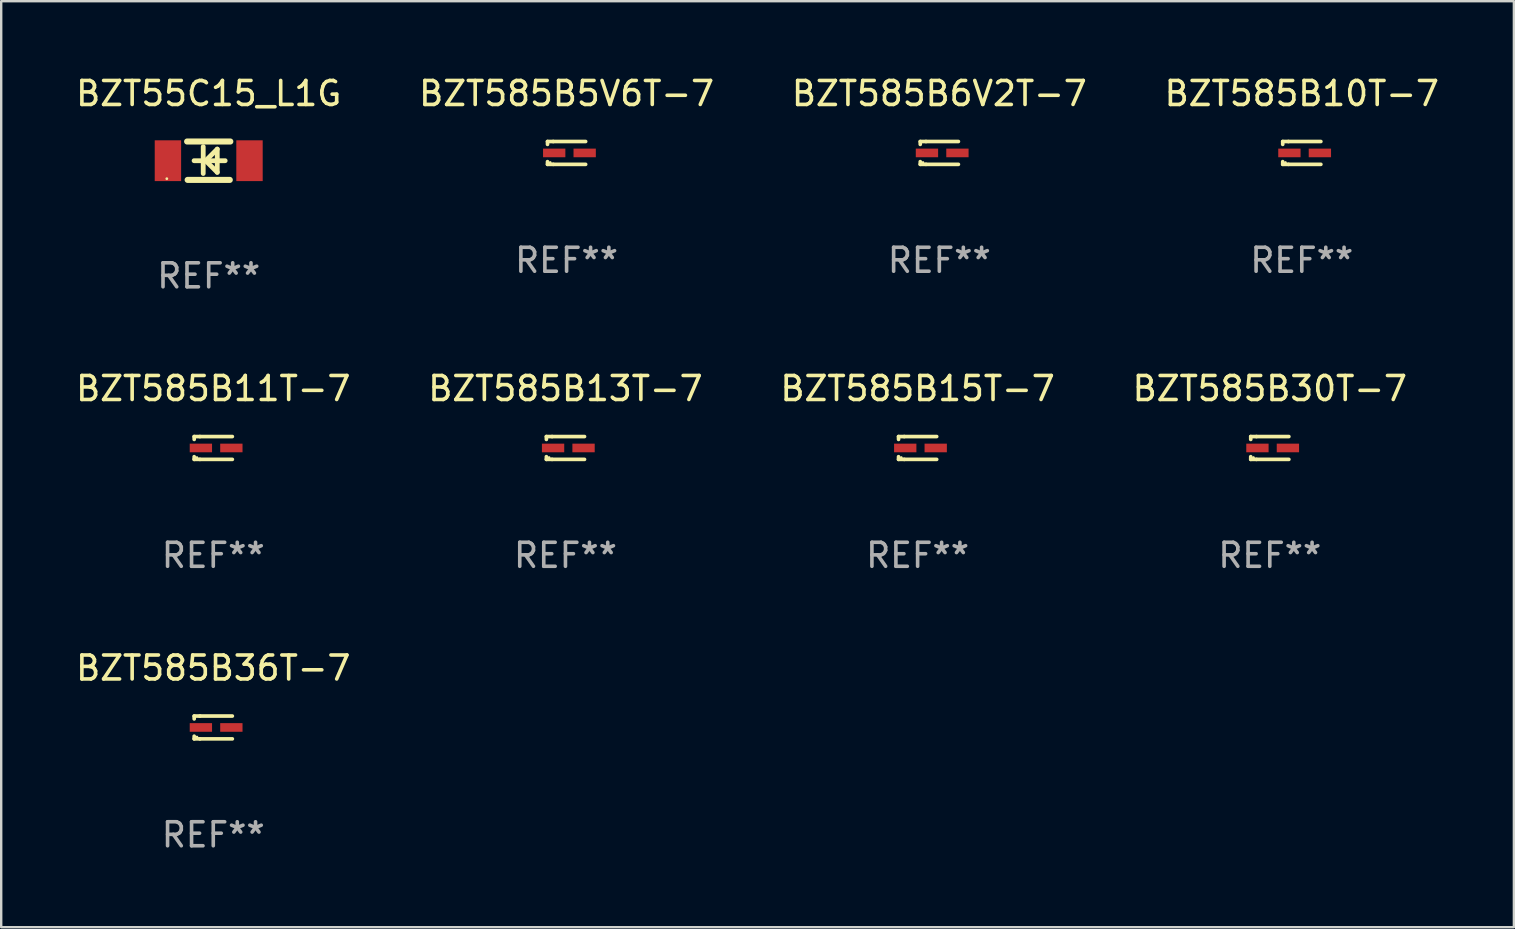
<source format=kicad_pcb>
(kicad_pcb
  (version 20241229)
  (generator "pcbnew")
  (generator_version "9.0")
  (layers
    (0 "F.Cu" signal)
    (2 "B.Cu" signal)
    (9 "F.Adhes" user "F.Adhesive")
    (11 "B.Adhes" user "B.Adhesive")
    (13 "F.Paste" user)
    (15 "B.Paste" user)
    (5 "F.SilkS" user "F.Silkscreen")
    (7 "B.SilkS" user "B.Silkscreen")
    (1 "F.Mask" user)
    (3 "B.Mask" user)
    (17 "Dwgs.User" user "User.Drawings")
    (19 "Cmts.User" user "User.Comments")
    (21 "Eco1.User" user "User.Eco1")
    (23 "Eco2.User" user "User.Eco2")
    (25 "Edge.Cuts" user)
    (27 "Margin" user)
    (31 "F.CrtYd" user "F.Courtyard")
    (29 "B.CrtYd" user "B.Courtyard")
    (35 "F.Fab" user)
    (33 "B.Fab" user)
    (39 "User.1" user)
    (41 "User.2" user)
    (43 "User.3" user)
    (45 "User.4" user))
  (footprint "BZT585B10T-7"
    (layer "F.Cu")
    (at 51.208 3.324)
    (property "Reference" "BZT585B10T-7" (at 0 -2.476 0) (layer "F.SilkS") (effects (font (size 1 1) (thickness 0.15))))
    (attr through_hole)
    (fp_line (start -0.795 -0.476) (end -0.795 -0.356) (stroke (width 0.152) (type solid)) (layer "F.SilkS"))
    (fp_line (start -0.795 0.363) (end -0.795 0.476) (stroke (width 0.152) (type solid)) (layer "F.SilkS"))
    (fp_line (start -0.795 0.476) (end -0.557 0.476) (stroke (width 0.152) (type solid)) (layer "F.SilkS"))
    (fp_line (start -0.557 -0.476) (end -0.795 -0.476) (stroke (width 0.152) (type solid)) (layer "F.SilkS"))
    (fp_line (start -0.557 -0.476) (end 0.795 -0.476) (stroke (width 0.152) (type solid)) (layer "F.SilkS"))
    (fp_line (start -0.557 0.476) (end 0.795 0.476) (stroke (width 0.152) (type solid)) (layer "F.SilkS"))
    (fp_circle (center -0.681 0.4) (end -0.651 0.4) (stroke (width 0.06) (type solid)) (fill no) (layer "F.SilkS"))
    (fp_text user "REF**" (at 0 4.476 0) (layer "F.Fab") (effects (font (size 1 1) (thickness 0.15))))
    (pad "1" smd rect (at -0.516 0 180) (size 0.93 0.36) (layers "F.Cu" "F.Mask" "F.Paste"))
    (pad "2" smd rect (at 0.754 0 180) (size 0.93 0.36) (layers "F.Cu" "F.Mask" "F.Paste")))
  (footprint "BZT585B13T-7"
    (layer "F.Cu")
    (at 20.518 15.621)
    (property "Reference" "BZT585B13T-7" (at 0 -2.476 0) (layer "F.SilkS") (effects (font (size 1 1) (thickness 0.15))))
    (attr through_hole)
    (fp_line (start -0.795 -0.476) (end -0.795 -0.356) (stroke (width 0.152) (type solid)) (layer "F.SilkS"))
    (fp_line (start -0.795 0.363) (end -0.795 0.476) (stroke (width 0.152) (type solid)) (layer "F.SilkS"))
    (fp_line (start -0.795 0.476) (end -0.557 0.476) (stroke (width 0.152) (type solid)) (layer "F.SilkS"))
    (fp_line (start -0.557 -0.476) (end -0.795 -0.476) (stroke (width 0.152) (type solid)) (layer "F.SilkS"))
    (fp_line (start -0.557 -0.476) (end 0.795 -0.476) (stroke (width 0.152) (type solid)) (layer "F.SilkS"))
    (fp_line (start -0.557 0.476) (end 0.795 0.476) (stroke (width 0.152) (type solid)) (layer "F.SilkS"))
    (fp_circle (center -0.681 0.4) (end -0.651 0.4) (stroke (width 0.06) (type solid)) (fill no) (layer "F.SilkS"))
    (fp_text user "REF**" (at 0 4.476 0) (layer "F.Fab") (effects (font (size 1 1) (thickness 0.15))))
    (pad "1" smd rect (at -0.516 0 180) (size 0.93 0.36) (layers "F.Cu" "F.Mask" "F.Paste"))
    (pad "2" smd rect (at 0.754 0 180) (size 0.93 0.36) (layers "F.Cu" "F.Mask" "F.Paste")))
  (footprint "BZT585B5V6T-7"
    (layer "F.Cu")
    (at 20.565 3.324)
    (property "Reference" "BZT585B5V6T-7" (at 0 -2.476 0) (layer "F.SilkS") (effects (font (size 1 1) (thickness 0.15))))
    (attr through_hole)
    (fp_line (start -0.795 -0.476) (end -0.795 -0.356) (stroke (width 0.152) (type solid)) (layer "F.SilkS"))
    (fp_line (start -0.795 0.363) (end -0.795 0.476) (stroke (width 0.152) (type solid)) (layer "F.SilkS"))
    (fp_line (start -0.795 0.476) (end -0.557 0.476) (stroke (width 0.152) (type solid)) (layer "F.SilkS"))
    (fp_line (start -0.557 -0.476) (end -0.795 -0.476) (stroke (width 0.152) (type solid)) (layer "F.SilkS"))
    (fp_line (start -0.557 -0.476) (end 0.795 -0.476) (stroke (width 0.152) (type solid)) (layer "F.SilkS"))
    (fp_line (start -0.557 0.476) (end 0.795 0.476) (stroke (width 0.152) (type solid)) (layer "F.SilkS"))
    (fp_circle (center -0.681 0.4) (end -0.651 0.4) (stroke (width 0.06) (type solid)) (fill no) (layer "F.SilkS"))
    (fp_text user "REF**" (at 0 4.476 0) (layer "F.Fab") (effects (font (size 1 1) (thickness 0.15))))
    (pad "1" smd rect (at -0.516 0 180) (size 0.93 0.36) (layers "F.Cu" "F.Mask" "F.Paste"))
    (pad "2" smd rect (at 0.754 0 180) (size 0.93 0.36) (layers "F.Cu" "F.Mask" "F.Paste")))
  (footprint "BZT585B11T-7"
    (layer "F.Cu")
    (at 5.839 15.621)
    (property "Reference" "BZT585B11T-7" (at 0 -2.476 0) (layer "F.SilkS") (effects (font (size 1 1) (thickness 0.15))))
    (attr through_hole)
    (fp_line (start -0.795 -0.476) (end -0.795 -0.356) (stroke (width 0.152) (type solid)) (layer "F.SilkS"))
    (fp_line (start -0.795 0.363) (end -0.795 0.476) (stroke (width 0.152) (type solid)) (layer "F.SilkS"))
    (fp_line (start -0.795 0.476) (end -0.557 0.476) (stroke (width 0.152) (type solid)) (layer "F.SilkS"))
    (fp_line (start -0.557 -0.476) (end -0.795 -0.476) (stroke (width 0.152) (type solid)) (layer "F.SilkS"))
    (fp_line (start -0.557 -0.476) (end 0.795 -0.476) (stroke (width 0.152) (type solid)) (layer "F.SilkS"))
    (fp_line (start -0.557 0.476) (end 0.795 0.476) (stroke (width 0.152) (type solid)) (layer "F.SilkS"))
    (fp_circle (center -0.681 0.4) (end -0.651 0.4) (stroke (width 0.06) (type solid)) (fill no) (layer "F.SilkS"))
    (fp_text user "REF**" (at 0 4.476 0) (layer "F.Fab") (effects (font (size 1 1) (thickness 0.15))))
    (pad "1" smd rect (at -0.516 0 180) (size 0.93 0.36) (layers "F.Cu" "F.Mask" "F.Paste"))
    (pad "2" smd rect (at 0.754 0 180) (size 0.93 0.36) (layers "F.Cu" "F.Mask" "F.Paste")))
  (footprint "BZT55C15_L1G"
    (layer "F.Cu")
    (at 5.649 3.648)
    (property "Reference" "BZT55C15_L1G" (at 0 -2.8 0) (layer "F.SilkS") (effects (font (size 1 1) (thickness 0.15))))
    (attr through_hole)
    (fp_line (start -0.9 -0.8) (end 0.9 -0.8) (stroke (width 0.254) (type solid)) (layer "F.SilkS"))
    (fp_line (start -0.878 0.8) (end 0.878 0.8) (stroke (width 0.254) (type solid)) (layer "F.SilkS"))
    (fp_line (start -0.61 0) (end 0.686 0) (stroke (width 0.2) (type solid)) (layer "F.SilkS"))
    (fp_line (start -0.229 -0.584) (end -0.229 0.533) (stroke (width 0.2) (type solid)) (layer "F.SilkS"))
    (fp_line (start -0.127 0) (end 0.356 -0.483) (stroke (width 0.2) (type solid)) (layer "F.SilkS"))
    (fp_line (start 0.356 -0.483) (end 0.356 0.483) (stroke (width 0.2) (type solid)) (layer "F.SilkS"))
    (fp_line (start 0.356 0.483) (end -0.102 0.025) (stroke (width 0.2) (type solid)) (layer "F.SilkS"))
    (fp_circle (center -1.746 0.75) (end -1.716 0.75) (stroke (width 0.06) (type solid)) (fill no) (layer "F.SilkS"))
    (fp_text user "REF**" (at 0 4.8 0) (layer "F.Fab") (effects (font (size 1 1) (thickness 0.15))))
    (pad "1" smd rect (at -1.7 0 180) (size 1.1 1.7) (layers "F.Cu" "F.Mask" "F.Paste"))
    (pad "2" smd rect (at 1.7 0 180) (size 1.1 1.7) (layers "F.Cu" "F.Mask" "F.Paste")))
  (footprint "BZT585B30T-7"
    (layer "F.Cu")
    (at 49.875 15.621)
    (property "Reference" "BZT585B30T-7" (at 0 -2.476 0) (layer "F.SilkS") (effects (font (size 1 1) (thickness 0.15))))
    (attr through_hole)
    (fp_line (start -0.795 -0.476) (end -0.795 -0.356) (stroke (width 0.152) (type solid)) (layer "F.SilkS"))
    (fp_line (start -0.795 0.363) (end -0.795 0.476) (stroke (width 0.152) (type solid)) (layer "F.SilkS"))
    (fp_line (start -0.795 0.476) (end -0.557 0.476) (stroke (width 0.152) (type solid)) (layer "F.SilkS"))
    (fp_line (start -0.557 -0.476) (end -0.795 -0.476) (stroke (width 0.152) (type solid)) (layer "F.SilkS"))
    (fp_line (start -0.557 -0.476) (end 0.795 -0.476) (stroke (width 0.152) (type solid)) (layer "F.SilkS"))
    (fp_line (start -0.557 0.476) (end 0.795 0.476) (stroke (width 0.152) (type solid)) (layer "F.SilkS"))
    (fp_circle (center -0.681 0.4) (end -0.651 0.4) (stroke (width 0.06) (type solid)) (fill no) (layer "F.SilkS"))
    (fp_text user "REF**" (at 0 4.476 0) (layer "F.Fab") (effects (font (size 1 1) (thickness 0.15))))
    (pad "1" smd rect (at -0.516 0 180) (size 0.93 0.36) (layers "F.Cu" "F.Mask" "F.Paste"))
    (pad "2" smd rect (at 0.754 0 180) (size 0.93 0.36) (layers "F.Cu" "F.Mask" "F.Paste")))
  (footprint "BZT585B36T-7"
    (layer "F.Cu")
    (at 5.839 27.27)
    (property "Reference" "BZT585B36T-7" (at 0 -2.476 0) (layer "F.SilkS") (effects (font (size 1 1) (thickness 0.15))))
    (attr through_hole)
    (fp_line (start -0.795 -0.476) (end -0.795 -0.356) (stroke (width 0.152) (type solid)) (layer "F.SilkS"))
    (fp_line (start -0.795 0.363) (end -0.795 0.476) (stroke (width 0.152) (type solid)) (layer "F.SilkS"))
    (fp_line (start -0.795 0.476) (end -0.557 0.476) (stroke (width 0.152) (type solid)) (layer "F.SilkS"))
    (fp_line (start -0.557 -0.476) (end -0.795 -0.476) (stroke (width 0.152) (type solid)) (layer "F.SilkS"))
    (fp_line (start -0.557 -0.476) (end 0.795 -0.476) (stroke (width 0.152) (type solid)) (layer "F.SilkS"))
    (fp_line (start -0.557 0.476) (end 0.795 0.476) (stroke (width 0.152) (type solid)) (layer "F.SilkS"))
    (fp_circle (center -0.681 0.4) (end -0.651 0.4) (stroke (width 0.06) (type solid)) (fill no) (layer "F.SilkS"))
    (fp_text user "REF**" (at 0 4.476 0) (layer "F.Fab") (effects (font (size 1 1) (thickness 0.15))))
    (pad "1" smd rect (at -0.516 0 180) (size 0.93 0.36) (layers "F.Cu" "F.Mask" "F.Paste"))
    (pad "2" smd rect (at 0.754 0 180) (size 0.93 0.36) (layers "F.Cu" "F.Mask" "F.Paste")))
  (footprint "BZT585B15T-7"
    (layer "F.Cu")
    (at 35.196 15.621)
    (property "Reference" "BZT585B15T-7" (at 0 -2.476 0) (layer "F.SilkS") (effects (font (size 1 1) (thickness 0.15))))
    (attr through_hole)
    (fp_line (start -0.795 -0.476) (end -0.795 -0.356) (stroke (width 0.152) (type solid)) (layer "F.SilkS"))
    (fp_line (start -0.795 0.363) (end -0.795 0.476) (stroke (width 0.152) (type solid)) (layer "F.SilkS"))
    (fp_line (start -0.795 0.476) (end -0.557 0.476) (stroke (width 0.152) (type solid)) (layer "F.SilkS"))
    (fp_line (start -0.557 -0.476) (end -0.795 -0.476) (stroke (width 0.152) (type solid)) (layer "F.SilkS"))
    (fp_line (start -0.557 -0.476) (end 0.795 -0.476) (stroke (width 0.152) (type solid)) (layer "F.SilkS"))
    (fp_line (start -0.557 0.476) (end 0.795 0.476) (stroke (width 0.152) (type solid)) (layer "F.SilkS"))
    (fp_circle (center -0.681 0.4) (end -0.651 0.4) (stroke (width 0.06) (type solid)) (fill no) (layer "F.SilkS"))
    (fp_text user "REF**" (at 0 4.476 0) (layer "F.Fab") (effects (font (size 1 1) (thickness 0.15))))
    (pad "1" smd rect (at -0.516 0 180) (size 0.93 0.36) (layers "F.Cu" "F.Mask" "F.Paste"))
    (pad "2" smd rect (at 0.754 0 180) (size 0.93 0.36) (layers "F.Cu" "F.Mask" "F.Paste")))
  (footprint "BZT585B6V2T-7"
    (layer "F.Cu")
    (at 36.101 3.324)
    (property "Reference" "BZT585B6V2T-7" (at 0 -2.476 0) (layer "F.SilkS") (effects (font (size 1 1) (thickness 0.15))))
    (attr through_hole)
    (fp_line (start -0.795 -0.476) (end -0.795 -0.356) (stroke (width 0.152) (type solid)) (layer "F.SilkS"))
    (fp_line (start -0.795 0.363) (end -0.795 0.476) (stroke (width 0.152) (type solid)) (layer "F.SilkS"))
    (fp_line (start -0.795 0.476) (end -0.557 0.476) (stroke (width 0.152) (type solid)) (layer "F.SilkS"))
    (fp_line (start -0.557 -0.476) (end -0.795 -0.476) (stroke (width 0.152) (type solid)) (layer "F.SilkS"))
    (fp_line (start -0.557 -0.476) (end 0.795 -0.476) (stroke (width 0.152) (type solid)) (layer "F.SilkS"))
    (fp_line (start -0.557 0.476) (end 0.795 0.476) (stroke (width 0.152) (type solid)) (layer "F.SilkS"))
    (fp_circle (center -0.681 0.4) (end -0.651 0.4) (stroke (width 0.06) (type solid)) (fill no) (layer "F.SilkS"))
    (fp_text user "REF**" (at 0 4.476 0) (layer "F.Fab") (effects (font (size 1 1) (thickness 0.15))))
    (pad "1" smd rect (at -0.516 0 180) (size 0.93 0.36) (layers "F.Cu" "F.Mask" "F.Paste"))
    (pad "2" smd rect (at 0.754 0 180) (size 0.93 0.36) (layers "F.Cu" "F.Mask" "F.Paste")))
  (gr_rect
    (start -3 -3)
    (end 60.048 35.594)
    (stroke (width 0.1) (type default))
    (fill no)
    (layer "Edge.Cuts")))
</source>
